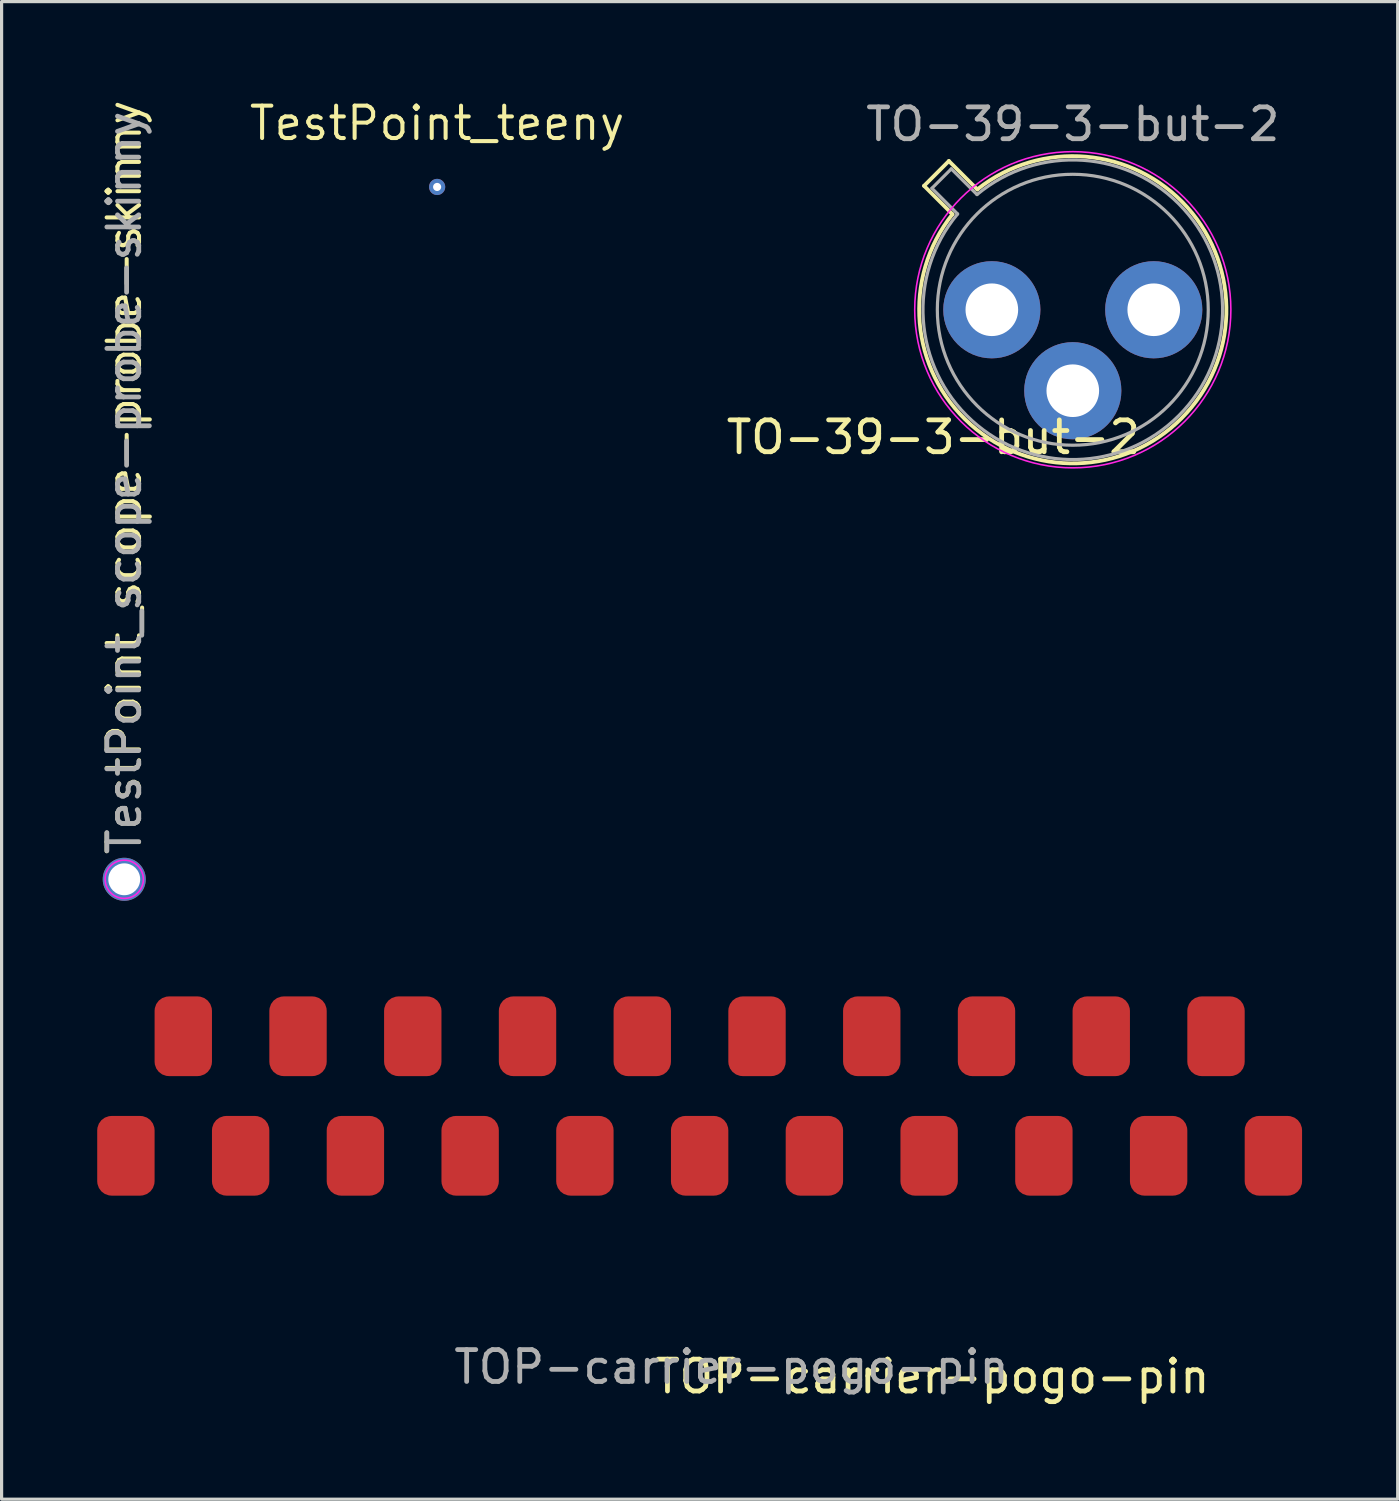
<source format=kicad_pcb>
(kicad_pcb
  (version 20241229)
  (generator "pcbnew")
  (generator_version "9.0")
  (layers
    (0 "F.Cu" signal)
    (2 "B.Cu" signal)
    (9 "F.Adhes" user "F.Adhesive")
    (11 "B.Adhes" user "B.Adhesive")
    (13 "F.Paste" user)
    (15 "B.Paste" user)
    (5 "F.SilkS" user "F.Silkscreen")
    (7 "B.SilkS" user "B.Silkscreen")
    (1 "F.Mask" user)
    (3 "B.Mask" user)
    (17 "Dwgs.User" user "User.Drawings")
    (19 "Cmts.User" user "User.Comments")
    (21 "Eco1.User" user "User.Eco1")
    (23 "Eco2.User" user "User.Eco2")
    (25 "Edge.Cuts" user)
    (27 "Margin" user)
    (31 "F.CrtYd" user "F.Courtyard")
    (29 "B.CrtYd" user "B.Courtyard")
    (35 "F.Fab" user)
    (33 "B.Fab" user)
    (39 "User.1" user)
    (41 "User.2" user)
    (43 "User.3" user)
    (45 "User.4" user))
  (footprint "TestPoint_scope-probe-skinny"
    (layer "F.Cu")
    (at 0.848 24.536)
    (property "Reference" "TestPoint_scope-probe-skinny" (at 0 -0.7 90) (layer "F.SilkS") (effects (font (size 1.016 1.016) (thickness 0.127)) (justify left)))
    (attr exclude_from_pos_files)
    (fp_circle (center 0 0) (end 0.6 0) (stroke (width 0.05) (type solid)) (fill no) (layer "F.CrtYd"))
    (fp_text user "${REFERENCE}" (at 0 -0.7 90) (layer "F.Fab") (effects (font (size 1 1) (thickness 0.15)) (justify left)))
    (pad "1" thru_hole circle (at 0 0) (size 1.35 1.35) (drill 1) (layers "*.Cu" "*.Mask")))
  (footprint "TOP-carrier-pogo-pin"
    (layer "F.Cu")
    (at 18.9 31.336)
    (property "Reference" "TOP-carrier-pogo-pin" (at 7.3 8.8 0) (unlocked yes) (layer "F.SilkS") (effects (font (size 1 1) (thickness 0.15))))
    (attr smd)
    (fp_text user "${REFERENCE}" (at 1 8.5 0) (unlocked yes) (layer "F.Fab") (effects (font (size 1 1) (thickness 0.15))))
    (pad "1" smd roundrect (at -18 1.875 90) (size 2.5 1.8) (layers "F.Cu" "F.Mask" "F.Paste") (roundrect_rratio 0.25))
    (pad "2" smd roundrect (at -16.2 -1.875 90) (size 2.5 1.8) (layers "F.Cu" "F.Mask" "F.Paste") (roundrect_rratio 0.25))
    (pad "3" smd roundrect (at -14.4 1.875 90) (size 2.5 1.8) (layers "F.Cu" "F.Mask" "F.Paste") (roundrect_rratio 0.25))
    (pad "4" smd roundrect (at -12.6 -1.875 90) (size 2.5 1.8) (layers "F.Cu" "F.Mask" "F.Paste") (roundrect_rratio 0.25))
    (pad "5" smd roundrect (at -10.8 1.875 90) (size 2.5 1.8) (layers "F.Cu" "F.Mask" "F.Paste") (roundrect_rratio 0.25))
    (pad "6" smd roundrect (at -9 -1.875 90) (size 2.5 1.8) (layers "F.Cu" "F.Mask" "F.Paste") (roundrect_rratio 0.25))
    (pad "7" smd roundrect (at -7.2 1.875 90) (size 2.5 1.8) (layers "F.Cu" "F.Mask" "F.Paste") (roundrect_rratio 0.25))
    (pad "8" smd roundrect (at -5.4 -1.875 90) (size 2.5 1.8) (layers "F.Cu" "F.Mask" "F.Paste") (roundrect_rratio 0.25))
    (pad "9" smd roundrect (at -3.6 1.875 90) (size 2.5 1.8) (layers "F.Cu" "F.Mask" "F.Paste") (roundrect_rratio 0.25))
    (pad "10" smd roundrect (at -1.8 -1.875 90) (size 2.5 1.8) (layers "F.Cu" "F.Mask" "F.Paste") (roundrect_rratio 0.25))
    (pad "11" smd roundrect (at 0 1.875 90) (size 2.5 1.8) (layers "F.Cu" "F.Mask" "F.Paste") (roundrect_rratio 0.25))
    (pad "12" smd roundrect (at 1.8 -1.875 90) (size 2.5 1.8) (layers "F.Cu" "F.Mask" "F.Paste") (roundrect_rratio 0.25))
    (pad "13" smd roundrect (at 3.6 1.875 90) (size 2.5 1.8) (layers "F.Cu" "F.Mask" "F.Paste") (roundrect_rratio 0.25))
    (pad "14" smd roundrect (at 5.4 -1.875 90) (size 2.5 1.8) (layers "F.Cu" "F.Mask" "F.Paste") (roundrect_rratio 0.25))
    (pad "15" smd roundrect (at 7.2 1.875 90) (size 2.5 1.8) (layers "F.Cu" "F.Mask" "F.Paste") (roundrect_rratio 0.25))
    (pad "16" smd roundrect (at 9 -1.875 90) (size 2.5 1.8) (layers "F.Cu" "F.Mask" "F.Paste") (roundrect_rratio 0.25))
    (pad "17" smd roundrect (at 10.8 1.875 90) (size 2.5 1.8) (layers "F.Cu" "F.Mask" "F.Paste") (roundrect_rratio 0.25))
    (pad "18" smd roundrect (at 12.6 -1.875 90) (size 2.5 1.8) (layers "F.Cu" "F.Mask" "F.Paste") (roundrect_rratio 0.25))
    (pad "19" smd roundrect (at 14.4 1.875 90) (size 2.5 1.8) (layers "F.Cu" "F.Mask" "F.Paste") (roundrect_rratio 0.25))
    (pad "20" smd roundrect (at 16.2 -1.875 90) (size 2.5 1.8) (layers "F.Cu" "F.Mask" "F.Paste") (roundrect_rratio 0.25))
    (pad "21" smd roundrect (at 18 1.875 90) (size 2.5 1.8) (layers "F.Cu" "F.Mask" "F.Paste") (roundrect_rratio 0.25)))
  (footprint "TestPoint_teeny"
    (layer "F.Cu")
    (at 10.664 2.815)
    (property "Reference" "TestPoint_teeny" (at 0 -1.998 0) (layer "F.SilkS") (effects (font (size 1.016 1.016) (thickness 0.127))))
    (attr exclude_from_pos_files)
    (pad "1" thru_hole circle (at 0 0) (size 0.508 0.508) (drill 0.254) (layers "*.Cu" "*.Mask")))
  (footprint "TO-39-3-but-2"
    (layer "F.Cu")
    (at 28.067 6.668)
    (property "Reference" "TO-39-3-but-2" (at -1.835 4 0) (layer "F.SilkS") (effects (font (size 1 1) (thickness 0.15))))
    (attr through_hole)
    (fp_line (start -2.126 -3.888) (end -1.235 -2.997) (stroke (width 0.12) (type solid)) (layer "F.SilkS"))
    (fp_line (start -1.348 -4.666) (end -2.126 -3.888) (stroke (width 0.12) (type solid)) (layer "F.SilkS"))
    (fp_line (start -0.457 -3.775) (end -1.348 -4.666) (stroke (width 0.12) (type solid)) (layer "F.SilkS"))
    (fp_arc (start -0.457084 -3.774902) (mid 5.948125 3.408384) (end -1.234674 -2.997371) (stroke (width 0.12) (type solid)) (layer "F.SilkS"))
    (fp_circle (center 2.54 0) (end 6.35 3.175) (stroke (width 0.05) (type solid)) (fill no) (layer "F.CrtYd"))
    (fp_line (start -1.88 -3.812) (end -1.074 -3.005) (stroke (width 0.1) (type solid)) (layer "F.Fab"))
    (fp_line (start -1.272 -4.42) (end -1.88 -3.812) (stroke (width 0.1) (type solid)) (layer "F.Fab"))
    (fp_line (start -0.465 -3.614) (end -1.272 -4.42) (stroke (width 0.1) (type solid)) (layer "F.Fab"))
    (fp_arc (start -0.465408 -3.61352) (mid 5.863443 3.323361) (end -1.073594 -3.005319) (stroke (width 0.1) (type solid)) (layer "F.Fab"))
    (fp_circle (center 2.54 0) (end 6.79 0) (stroke (width 0.1) (type solid)) (fill no) (layer "F.Fab"))
    (fp_text user "${REFERENCE}" (at 2.54 -5.82 0) (layer "F.Fab") (effects (font (size 1 1) (thickness 0.15))))
    (pad "1" thru_hole oval (at 0 0) (size 3.048 3.048) (drill 1.651) (layers "*.Cu" "*.Mask"))
    (pad "2" thru_hole oval (at 5.08 0) (size 3.048 3.048) (drill 1.651) (layers "*.Cu" "*.Mask"))
    (pad "alt" thru_hole oval (at 2.54 2.54) (size 3.048 3.048) (drill 1.651) (layers "*.Cu" "*.Mask")))
  (gr_rect
    (start -3 -3)
    (end 40.8 43.984)
    (stroke (width 0.1) (type default))
    (fill no)
    (layer "Edge.Cuts")))
</source>
